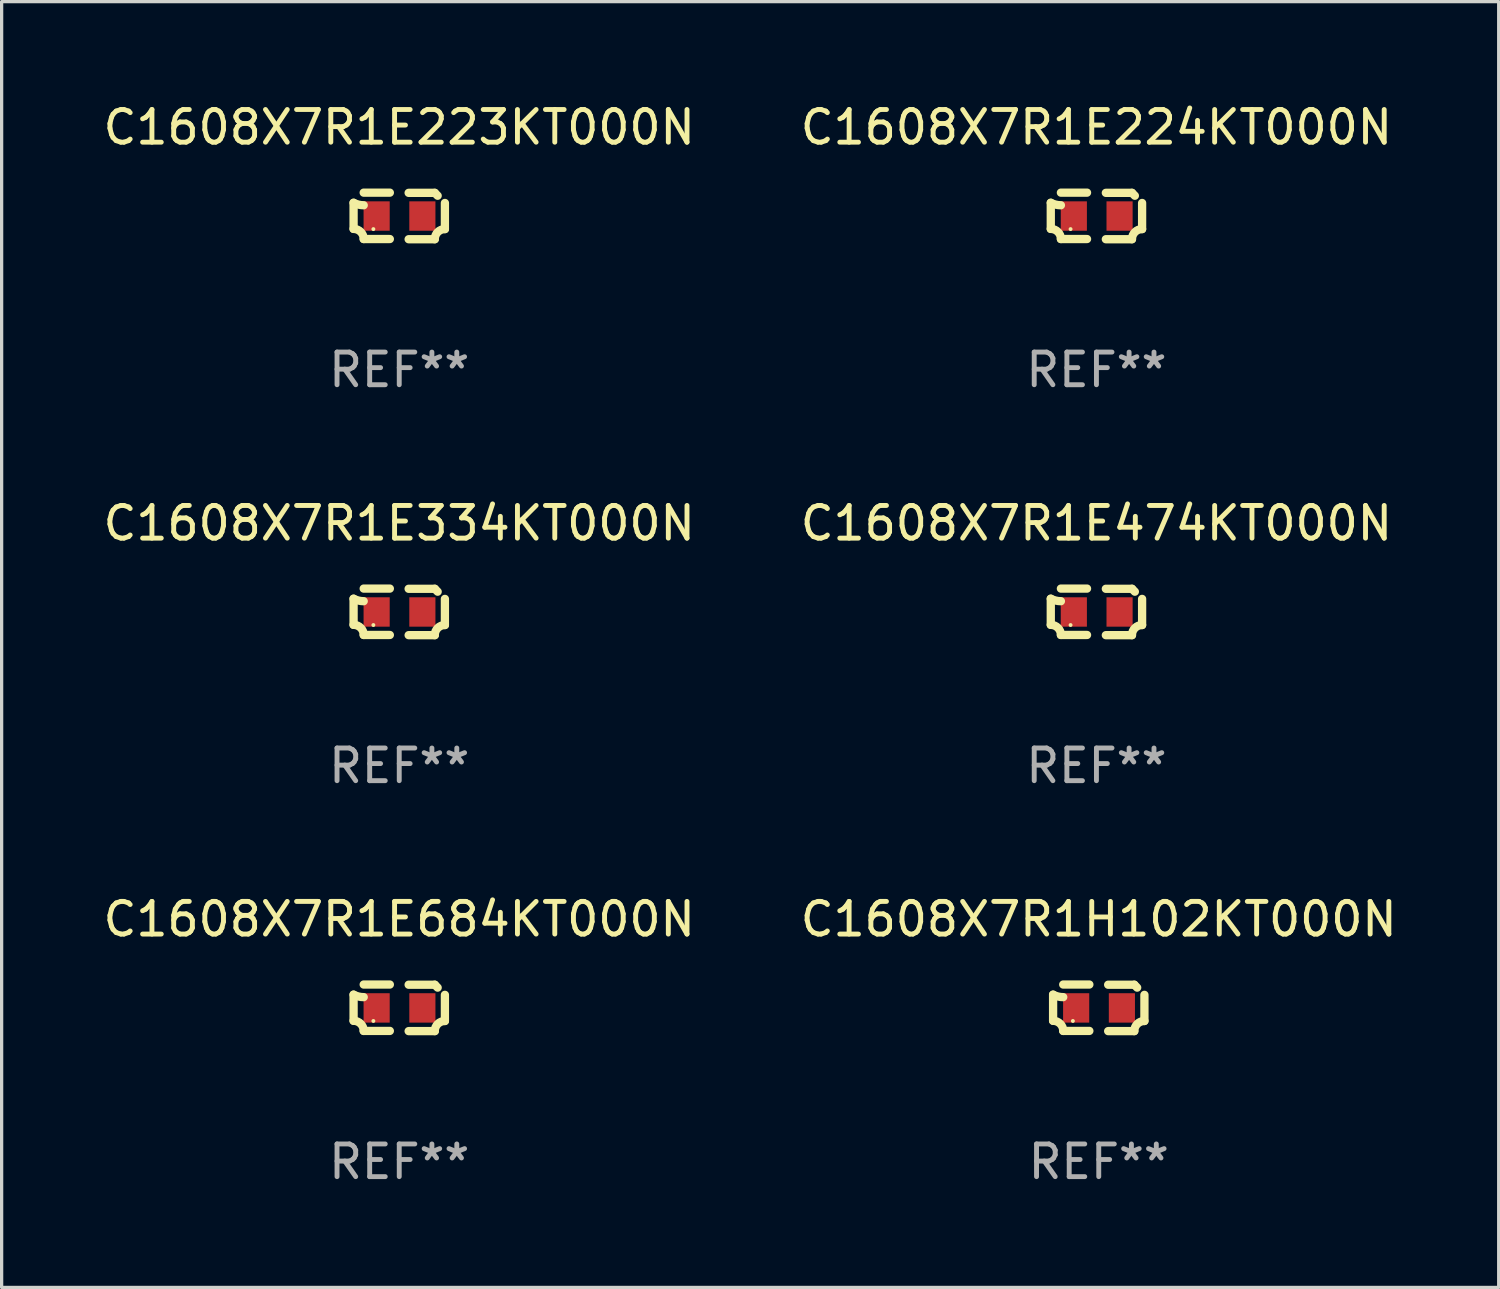
<source format=kicad_pcb>
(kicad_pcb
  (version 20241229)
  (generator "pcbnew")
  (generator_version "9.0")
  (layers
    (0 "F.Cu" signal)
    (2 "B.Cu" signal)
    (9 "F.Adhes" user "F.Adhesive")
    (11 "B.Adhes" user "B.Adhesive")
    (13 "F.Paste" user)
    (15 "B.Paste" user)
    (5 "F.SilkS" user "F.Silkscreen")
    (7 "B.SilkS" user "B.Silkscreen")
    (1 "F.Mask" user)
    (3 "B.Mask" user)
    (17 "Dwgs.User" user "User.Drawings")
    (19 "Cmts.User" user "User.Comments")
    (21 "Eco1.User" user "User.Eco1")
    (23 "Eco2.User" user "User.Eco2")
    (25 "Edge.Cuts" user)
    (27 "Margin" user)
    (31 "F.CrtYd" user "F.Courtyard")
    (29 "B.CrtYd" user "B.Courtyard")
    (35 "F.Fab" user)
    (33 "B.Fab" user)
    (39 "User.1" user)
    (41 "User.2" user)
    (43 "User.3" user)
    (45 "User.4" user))
  (footprint "C1608X7R1E684KT000N"
    (layer "F.Cu")
    (at 9.173 27.805)
    (property "Reference" "C1608X7R1E684KT000N" (at 0 -2.713 0) (layer "F.SilkS") (effects (font (size 1 1) (thickness 0.15))))
    (attr through_hole)
    (fp_line (start -1.398 -0.403) (end -1.398 0.397) (stroke (width 0.254) (type solid)) (layer "F.SilkS"))
    (fp_line (start -0.288 -0.713) (end -1.088 -0.713) (stroke (width 0.254) (type solid)) (layer "F.SilkS"))
    (fp_line (start -0.288 0.707) (end -1.088 0.707) (stroke (width 0.254) (type solid)) (layer "F.SilkS"))
    (fp_line (start 0.288 -0.707) (end 1.088 -0.707) (stroke (width 0.254) (type solid)) (layer "F.SilkS"))
    (fp_line (start 0.288 0.713) (end 1.088 0.713) (stroke (width 0.254) (type solid)) (layer "F.SilkS"))
    (fp_line (start 1.398 -0.397) (end 1.398 0.403) (stroke (width 0.254) (type solid)) (layer "F.SilkS"))
    (fp_arc (start -1.397789 0.397066) (mid -1.178701 0.487826) (end -1.08796 0.706922) (stroke (width 0.254001) (type solid)) (layer "F.SilkS"))
    (fp_arc (start -1.08796 -0.327176) (mid -1.247436 -0.346384) (end -1.39779 -0.402908) (stroke (width 0.254001) (type solid)) (layer "F.SilkS"))
    (fp_arc (start 1.087909 0.712738) (mid 1.178656 0.493655) (end 1.397739 0.402908) (stroke (width 0.254001) (type solid)) (layer "F.SilkS"))
    (fp_arc (start 1.175925 -0.618926) (mid 1.131917 -0.662923) (end 1.08791 -0.706922) (stroke (width 0.254001) (type solid)) (layer "F.SilkS"))
    (fp_circle (center -0.792 0.403) (end -0.762 0.403) (stroke (width 0.06) (type solid)) (fill no) (layer "F.SilkS"))
    (fp_text user "REF**" (at 0 4.713 0) (layer "F.Fab") (effects (font (size 1 1) (thickness 0.15))))
    (pad "1" smd rect (at -0.692 0.003) (size 0.8 0.9) (layers "F.Cu" "F.Mask" "F.Paste"))
    (pad "2" smd rect (at 0.708 0.003) (size 0.8 0.9) (layers "F.Cu" "F.Mask" "F.Paste")))
  (footprint "C1608X7R1E223KT000N"
    (layer "F.Cu")
    (at 9.173 3.561)
    (property "Reference" "C1608X7R1E223KT000N" (at 0 -2.713 0) (layer "F.SilkS") (effects (font (size 1 1) (thickness 0.15))))
    (attr through_hole)
    (fp_line (start -1.398 -0.403) (end -1.398 0.397) (stroke (width 0.254) (type solid)) (layer "F.SilkS"))
    (fp_line (start -0.288 -0.713) (end -1.088 -0.713) (stroke (width 0.254) (type solid)) (layer "F.SilkS"))
    (fp_line (start -0.288 0.707) (end -1.088 0.707) (stroke (width 0.254) (type solid)) (layer "F.SilkS"))
    (fp_line (start 0.288 -0.707) (end 1.088 -0.707) (stroke (width 0.254) (type solid)) (layer "F.SilkS"))
    (fp_line (start 0.288 0.713) (end 1.088 0.713) (stroke (width 0.254) (type solid)) (layer "F.SilkS"))
    (fp_line (start 1.398 -0.397) (end 1.398 0.403) (stroke (width 0.254) (type solid)) (layer "F.SilkS"))
    (fp_arc (start -1.397789 0.397066) (mid -1.178701 0.487826) (end -1.08796 0.706922) (stroke (width 0.254001) (type solid)) (layer "F.SilkS"))
    (fp_arc (start -1.08796 -0.327176) (mid -1.247436 -0.346384) (end -1.39779 -0.402908) (stroke (width 0.254001) (type solid)) (layer "F.SilkS"))
    (fp_arc (start 1.087909 0.712738) (mid 1.178656 0.493655) (end 1.397739 0.402908) (stroke (width 0.254001) (type solid)) (layer "F.SilkS"))
    (fp_arc (start 1.175925 -0.618926) (mid 1.131917 -0.662923) (end 1.08791 -0.706922) (stroke (width 0.254001) (type solid)) (layer "F.SilkS"))
    (fp_circle (center -0.792 0.403) (end -0.762 0.403) (stroke (width 0.06) (type solid)) (fill no) (layer "F.SilkS"))
    (fp_text user "REF**" (at 0 4.713 0) (layer "F.Fab") (effects (font (size 1 1) (thickness 0.15))))
    (pad "1" smd rect (at -0.692 0.003) (size 0.8 0.9) (layers "F.Cu" "F.Mask" "F.Paste"))
    (pad "2" smd rect (at 0.708 0.003) (size 0.8 0.9) (layers "F.Cu" "F.Mask" "F.Paste")))
  (footprint "C1608X7R1H102KT000N"
    (layer "F.Cu")
    (at 30.589 27.805)
    (property "Reference" "C1608X7R1H102KT000N" (at 0 -2.713 0) (layer "F.SilkS") (effects (font (size 1 1) (thickness 0.15))))
    (attr through_hole)
    (fp_line (start -1.398 -0.403) (end -1.398 0.397) (stroke (width 0.254) (type solid)) (layer "F.SilkS"))
    (fp_line (start -0.288 -0.713) (end -1.088 -0.713) (stroke (width 0.254) (type solid)) (layer "F.SilkS"))
    (fp_line (start -0.288 0.707) (end -1.088 0.707) (stroke (width 0.254) (type solid)) (layer "F.SilkS"))
    (fp_line (start 0.288 -0.707) (end 1.088 -0.707) (stroke (width 0.254) (type solid)) (layer "F.SilkS"))
    (fp_line (start 0.288 0.713) (end 1.088 0.713) (stroke (width 0.254) (type solid)) (layer "F.SilkS"))
    (fp_line (start 1.398 -0.397) (end 1.398 0.403) (stroke (width 0.254) (type solid)) (layer "F.SilkS"))
    (fp_arc (start -1.397789 0.397066) (mid -1.178701 0.487826) (end -1.08796 0.706922) (stroke (width 0.254001) (type solid)) (layer "F.SilkS"))
    (fp_arc (start -1.08796 -0.327176) (mid -1.247436 -0.346384) (end -1.39779 -0.402908) (stroke (width 0.254001) (type solid)) (layer "F.SilkS"))
    (fp_arc (start 1.087909 0.712738) (mid 1.178656 0.493655) (end 1.397739 0.402908) (stroke (width 0.254001) (type solid)) (layer "F.SilkS"))
    (fp_arc (start 1.175925 -0.618926) (mid 1.131917 -0.662923) (end 1.08791 -0.706922) (stroke (width 0.254001) (type solid)) (layer "F.SilkS"))
    (fp_circle (center -0.792 0.403) (end -0.762 0.403) (stroke (width 0.06) (type solid)) (fill no) (layer "F.SilkS"))
    (fp_text user "REF**" (at 0 4.713 0) (layer "F.Fab") (effects (font (size 1 1) (thickness 0.15))))
    (pad "1" smd rect (at -0.692 0.003) (size 0.8 0.9) (layers "F.Cu" "F.Mask" "F.Paste"))
    (pad "2" smd rect (at 0.708 0.003) (size 0.8 0.9) (layers "F.Cu" "F.Mask" "F.Paste")))
  (footprint "C1608X7R1E474KT000N"
    (layer "F.Cu")
    (at 30.518 15.683)
    (property "Reference" "C1608X7R1E474KT000N" (at 0 -2.713 0) (layer "F.SilkS") (effects (font (size 1 1) (thickness 0.15))))
    (attr through_hole)
    (fp_line (start -1.398 -0.403) (end -1.398 0.397) (stroke (width 0.254) (type solid)) (layer "F.SilkS"))
    (fp_line (start -0.288 -0.713) (end -1.088 -0.713) (stroke (width 0.254) (type solid)) (layer "F.SilkS"))
    (fp_line (start -0.288 0.707) (end -1.088 0.707) (stroke (width 0.254) (type solid)) (layer "F.SilkS"))
    (fp_line (start 0.288 -0.707) (end 1.088 -0.707) (stroke (width 0.254) (type solid)) (layer "F.SilkS"))
    (fp_line (start 0.288 0.713) (end 1.088 0.713) (stroke (width 0.254) (type solid)) (layer "F.SilkS"))
    (fp_line (start 1.398 -0.397) (end 1.398 0.403) (stroke (width 0.254) (type solid)) (layer "F.SilkS"))
    (fp_arc (start -1.397789 0.397066) (mid -1.178701 0.487826) (end -1.08796 0.706922) (stroke (width 0.254001) (type solid)) (layer "F.SilkS"))
    (fp_arc (start -1.08796 -0.327176) (mid -1.247436 -0.346384) (end -1.39779 -0.402908) (stroke (width 0.254001) (type solid)) (layer "F.SilkS"))
    (fp_arc (start 1.087909 0.712738) (mid 1.178656 0.493655) (end 1.397739 0.402908) (stroke (width 0.254001) (type solid)) (layer "F.SilkS"))
    (fp_arc (start 1.175925 -0.618926) (mid 1.131917 -0.662923) (end 1.08791 -0.706922) (stroke (width 0.254001) (type solid)) (layer "F.SilkS"))
    (fp_circle (center -0.792 0.403) (end -0.762 0.403) (stroke (width 0.06) (type solid)) (fill no) (layer "F.SilkS"))
    (fp_text user "REF**" (at 0 4.713 0) (layer "F.Fab") (effects (font (size 1 1) (thickness 0.15))))
    (pad "1" smd rect (at -0.692 0.003) (size 0.8 0.9) (layers "F.Cu" "F.Mask" "F.Paste"))
    (pad "2" smd rect (at 0.708 0.003) (size 0.8 0.9) (layers "F.Cu" "F.Mask" "F.Paste")))
  (footprint "C1608X7R1E224KT000N"
    (layer "F.Cu")
    (at 30.518 3.561)
    (property "Reference" "C1608X7R1E224KT000N" (at 0 -2.713 0) (layer "F.SilkS") (effects (font (size 1 1) (thickness 0.15))))
    (attr through_hole)
    (fp_line (start -1.398 -0.403) (end -1.398 0.397) (stroke (width 0.254) (type solid)) (layer "F.SilkS"))
    (fp_line (start -0.288 -0.713) (end -1.088 -0.713) (stroke (width 0.254) (type solid)) (layer "F.SilkS"))
    (fp_line (start -0.288 0.707) (end -1.088 0.707) (stroke (width 0.254) (type solid)) (layer "F.SilkS"))
    (fp_line (start 0.288 -0.707) (end 1.088 -0.707) (stroke (width 0.254) (type solid)) (layer "F.SilkS"))
    (fp_line (start 0.288 0.713) (end 1.088 0.713) (stroke (width 0.254) (type solid)) (layer "F.SilkS"))
    (fp_line (start 1.398 -0.397) (end 1.398 0.403) (stroke (width 0.254) (type solid)) (layer "F.SilkS"))
    (fp_arc (start -1.397789 0.397066) (mid -1.178701 0.487826) (end -1.08796 0.706922) (stroke (width 0.254001) (type solid)) (layer "F.SilkS"))
    (fp_arc (start -1.08796 -0.327176) (mid -1.247436 -0.346384) (end -1.39779 -0.402908) (stroke (width 0.254001) (type solid)) (layer "F.SilkS"))
    (fp_arc (start 1.087909 0.712738) (mid 1.178656 0.493655) (end 1.397739 0.402908) (stroke (width 0.254001) (type solid)) (layer "F.SilkS"))
    (fp_arc (start 1.175925 -0.618926) (mid 1.131917 -0.662923) (end 1.08791 -0.706922) (stroke (width 0.254001) (type solid)) (layer "F.SilkS"))
    (fp_circle (center -0.792 0.403) (end -0.762 0.403) (stroke (width 0.06) (type solid)) (fill no) (layer "F.SilkS"))
    (fp_text user "REF**" (at 0 4.713 0) (layer "F.Fab") (effects (font (size 1 1) (thickness 0.15))))
    (pad "1" smd rect (at -0.692 0.003) (size 0.8 0.9) (layers "F.Cu" "F.Mask" "F.Paste"))
    (pad "2" smd rect (at 0.708 0.003) (size 0.8 0.9) (layers "F.Cu" "F.Mask" "F.Paste")))
  (footprint "C1608X7R1E334KT000N"
    (layer "F.Cu")
    (at 9.173 15.683)
    (property "Reference" "C1608X7R1E334KT000N" (at 0 -2.713 0) (layer "F.SilkS") (effects (font (size 1 1) (thickness 0.15))))
    (attr through_hole)
    (fp_line (start -1.398 -0.403) (end -1.398 0.397) (stroke (width 0.254) (type solid)) (layer "F.SilkS"))
    (fp_line (start -0.288 -0.713) (end -1.088 -0.713) (stroke (width 0.254) (type solid)) (layer "F.SilkS"))
    (fp_line (start -0.288 0.707) (end -1.088 0.707) (stroke (width 0.254) (type solid)) (layer "F.SilkS"))
    (fp_line (start 0.288 -0.707) (end 1.088 -0.707) (stroke (width 0.254) (type solid)) (layer "F.SilkS"))
    (fp_line (start 0.288 0.713) (end 1.088 0.713) (stroke (width 0.254) (type solid)) (layer "F.SilkS"))
    (fp_line (start 1.398 -0.397) (end 1.398 0.403) (stroke (width 0.254) (type solid)) (layer "F.SilkS"))
    (fp_arc (start -1.397789 0.397066) (mid -1.178701 0.487826) (end -1.08796 0.706922) (stroke (width 0.254001) (type solid)) (layer "F.SilkS"))
    (fp_arc (start -1.08796 -0.327176) (mid -1.247436 -0.346384) (end -1.39779 -0.402908) (stroke (width 0.254001) (type solid)) (layer "F.SilkS"))
    (fp_arc (start 1.087909 0.712738) (mid 1.178656 0.493655) (end 1.397739 0.402908) (stroke (width 0.254001) (type solid)) (layer "F.SilkS"))
    (fp_arc (start 1.175925 -0.618926) (mid 1.131917 -0.662923) (end 1.08791 -0.706922) (stroke (width 0.254001) (type solid)) (layer "F.SilkS"))
    (fp_circle (center -0.792 0.403) (end -0.762 0.403) (stroke (width 0.06) (type solid)) (fill no) (layer "F.SilkS"))
    (fp_text user "REF**" (at 0 4.713 0) (layer "F.Fab") (effects (font (size 1 1) (thickness 0.15))))
    (pad "1" smd rect (at -0.692 0.003) (size 0.8 0.9) (layers "F.Cu" "F.Mask" "F.Paste"))
    (pad "2" smd rect (at 0.708 0.003) (size 0.8 0.9) (layers "F.Cu" "F.Mask" "F.Paste")))
  (gr_rect
    (start -3 -3)
    (end 42.833 36.366)
    (stroke (width 0.1) (type default))
    (fill no)
    (layer "Edge.Cuts")))
</source>
